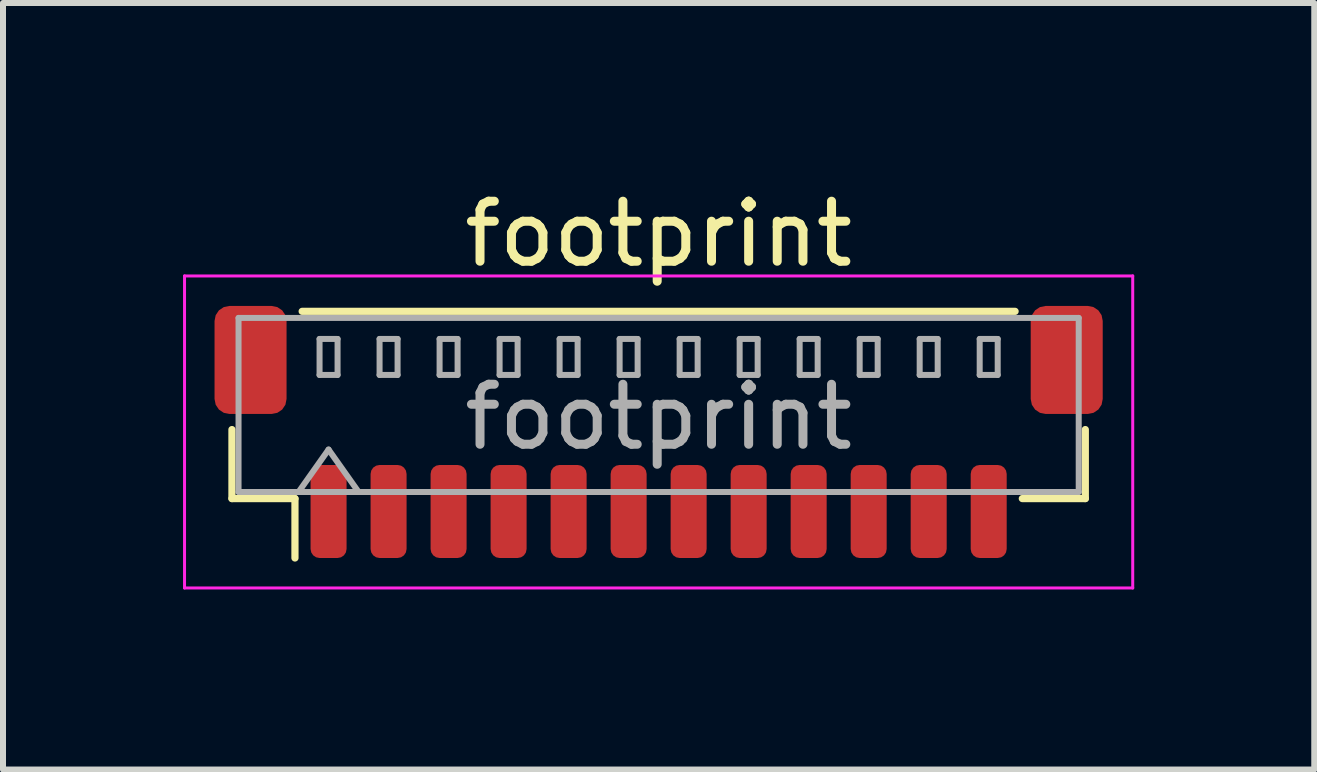
<source format=kicad_pcb>
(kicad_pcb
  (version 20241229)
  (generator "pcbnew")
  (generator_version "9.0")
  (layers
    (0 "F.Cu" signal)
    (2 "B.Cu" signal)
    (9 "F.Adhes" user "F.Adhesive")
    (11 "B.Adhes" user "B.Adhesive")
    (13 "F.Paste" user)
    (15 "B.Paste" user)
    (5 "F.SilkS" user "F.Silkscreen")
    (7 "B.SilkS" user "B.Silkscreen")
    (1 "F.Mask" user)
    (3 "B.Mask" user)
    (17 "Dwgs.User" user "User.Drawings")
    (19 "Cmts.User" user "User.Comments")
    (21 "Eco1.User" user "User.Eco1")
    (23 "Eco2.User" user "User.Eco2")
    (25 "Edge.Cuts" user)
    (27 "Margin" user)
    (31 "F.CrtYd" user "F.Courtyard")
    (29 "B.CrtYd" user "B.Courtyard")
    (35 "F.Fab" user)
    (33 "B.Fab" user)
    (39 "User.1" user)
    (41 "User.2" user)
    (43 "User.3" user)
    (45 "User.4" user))
  (footprint "footprint"
    (layer "F.Cu")
    (at 7.925 4.148)
    (property "Reference" "footprint" (at 0 -3.3 0) (layer "F.SilkS") (effects (font (size 1 1) (thickness 0.15))))
    (attr smd)
    (fp_line (start -7.11 -0.04) (end -7.11 1.11) (stroke (width 0.12) (type solid)) (layer "F.SilkS"))
    (fp_line (start -7.11 1.11) (end -6.06 1.11) (stroke (width 0.12) (type solid)) (layer "F.SilkS"))
    (fp_line (start -6.06 1.11) (end -6.06 2.1) (stroke (width 0.12) (type solid)) (layer "F.SilkS"))
    (fp_line (start -5.94 -2.01) (end 5.94 -2.01) (stroke (width 0.12) (type solid)) (layer "F.SilkS"))
    (fp_line (start 7.11 -0.04) (end 7.11 1.11) (stroke (width 0.12) (type solid)) (layer "F.SilkS"))
    (fp_line (start 7.11 1.11) (end 6.06 1.11) (stroke (width 0.12) (type solid)) (layer "F.SilkS"))
    (fp_line (start -7.9 -2.6) (end -7.9 2.6) (stroke (width 0.05) (type solid)) (layer "F.CrtYd"))
    (fp_line (start -7.9 2.6) (end 7.9 2.6) (stroke (width 0.05) (type solid)) (layer "F.CrtYd"))
    (fp_line (start 7.9 -2.6) (end -7.9 -2.6) (stroke (width 0.05) (type solid)) (layer "F.CrtYd"))
    (fp_line (start 7.9 2.6) (end 7.9 -2.6) (stroke (width 0.05) (type solid)) (layer "F.CrtYd"))
    (fp_line (start -7 -1.9) (end 7 -1.9) (stroke (width 0.1) (type solid)) (layer "F.Fab"))
    (fp_line (start -7 1) (end -7 -1.9) (stroke (width 0.1) (type solid)) (layer "F.Fab"))
    (fp_line (start -7 1) (end 7 1) (stroke (width 0.1) (type solid)) (layer "F.Fab"))
    (fp_line (start -6 1) (end -5.5 0.293) (stroke (width 0.1) (type solid)) (layer "F.Fab"))
    (fp_line (start -5.65 -1.55) (end -5.65 -0.95) (stroke (width 0.1) (type solid)) (layer "F.Fab"))
    (fp_line (start -5.65 -0.95) (end -5.35 -0.95) (stroke (width 0.1) (type solid)) (layer "F.Fab"))
    (fp_line (start -5.5 0.293) (end -5 1) (stroke (width 0.1) (type solid)) (layer "F.Fab"))
    (fp_line (start -5.35 -1.55) (end -5.65 -1.55) (stroke (width 0.1) (type solid)) (layer "F.Fab"))
    (fp_line (start -5.35 -0.95) (end -5.35 -1.55) (stroke (width 0.1) (type solid)) (layer "F.Fab"))
    (fp_line (start -4.65 -1.55) (end -4.65 -0.95) (stroke (width 0.1) (type solid)) (layer "F.Fab"))
    (fp_line (start -4.65 -0.95) (end -4.35 -0.95) (stroke (width 0.1) (type solid)) (layer "F.Fab"))
    (fp_line (start -4.35 -1.55) (end -4.65 -1.55) (stroke (width 0.1) (type solid)) (layer "F.Fab"))
    (fp_line (start -4.35 -0.95) (end -4.35 -1.55) (stroke (width 0.1) (type solid)) (layer "F.Fab"))
    (fp_line (start -3.65 -1.55) (end -3.65 -0.95) (stroke (width 0.1) (type solid)) (layer "F.Fab"))
    (fp_line (start -3.65 -0.95) (end -3.35 -0.95) (stroke (width 0.1) (type solid)) (layer "F.Fab"))
    (fp_line (start -3.35 -1.55) (end -3.65 -1.55) (stroke (width 0.1) (type solid)) (layer "F.Fab"))
    (fp_line (start -3.35 -0.95) (end -3.35 -1.55) (stroke (width 0.1) (type solid)) (layer "F.Fab"))
    (fp_line (start -2.65 -1.55) (end -2.65 -0.95) (stroke (width 0.1) (type solid)) (layer "F.Fab"))
    (fp_line (start -2.65 -0.95) (end -2.35 -0.95) (stroke (width 0.1) (type solid)) (layer "F.Fab"))
    (fp_line (start -2.35 -1.55) (end -2.65 -1.55) (stroke (width 0.1) (type solid)) (layer "F.Fab"))
    (fp_line (start -2.35 -0.95) (end -2.35 -1.55) (stroke (width 0.1) (type solid)) (layer "F.Fab"))
    (fp_line (start -1.65 -1.55) (end -1.65 -0.95) (stroke (width 0.1) (type solid)) (layer "F.Fab"))
    (fp_line (start -1.65 -0.95) (end -1.35 -0.95) (stroke (width 0.1) (type solid)) (layer "F.Fab"))
    (fp_line (start -1.35 -1.55) (end -1.65 -1.55) (stroke (width 0.1) (type solid)) (layer "F.Fab"))
    (fp_line (start -1.35 -0.95) (end -1.35 -1.55) (stroke (width 0.1) (type solid)) (layer "F.Fab"))
    (fp_line (start -0.65 -1.55) (end -0.65 -0.95) (stroke (width 0.1) (type solid)) (layer "F.Fab"))
    (fp_line (start -0.65 -0.95) (end -0.35 -0.95) (stroke (width 0.1) (type solid)) (layer "F.Fab"))
    (fp_line (start -0.35 -1.55) (end -0.65 -1.55) (stroke (width 0.1) (type solid)) (layer "F.Fab"))
    (fp_line (start -0.35 -0.95) (end -0.35 -1.55) (stroke (width 0.1) (type solid)) (layer "F.Fab"))
    (fp_line (start 0.35 -1.55) (end 0.35 -0.95) (stroke (width 0.1) (type solid)) (layer "F.Fab"))
    (fp_line (start 0.35 -0.95) (end 0.65 -0.95) (stroke (width 0.1) (type solid)) (layer "F.Fab"))
    (fp_line (start 0.65 -1.55) (end 0.35 -1.55) (stroke (width 0.1) (type solid)) (layer "F.Fab"))
    (fp_line (start 0.65 -0.95) (end 0.65 -1.55) (stroke (width 0.1) (type solid)) (layer "F.Fab"))
    (fp_line (start 1.35 -1.55) (end 1.35 -0.95) (stroke (width 0.1) (type solid)) (layer "F.Fab"))
    (fp_line (start 1.35 -0.95) (end 1.65 -0.95) (stroke (width 0.1) (type solid)) (layer "F.Fab"))
    (fp_line (start 1.65 -1.55) (end 1.35 -1.55) (stroke (width 0.1) (type solid)) (layer "F.Fab"))
    (fp_line (start 1.65 -0.95) (end 1.65 -1.55) (stroke (width 0.1) (type solid)) (layer "F.Fab"))
    (fp_line (start 2.35 -1.55) (end 2.35 -0.95) (stroke (width 0.1) (type solid)) (layer "F.Fab"))
    (fp_line (start 2.35 -0.95) (end 2.65 -0.95) (stroke (width 0.1) (type solid)) (layer "F.Fab"))
    (fp_line (start 2.65 -1.55) (end 2.35 -1.55) (stroke (width 0.1) (type solid)) (layer "F.Fab"))
    (fp_line (start 2.65 -0.95) (end 2.65 -1.55) (stroke (width 0.1) (type solid)) (layer "F.Fab"))
    (fp_line (start 3.35 -1.55) (end 3.35 -0.95) (stroke (width 0.1) (type solid)) (layer "F.Fab"))
    (fp_line (start 3.35 -0.95) (end 3.65 -0.95) (stroke (width 0.1) (type solid)) (layer "F.Fab"))
    (fp_line (start 3.65 -1.55) (end 3.35 -1.55) (stroke (width 0.1) (type solid)) (layer "F.Fab"))
    (fp_line (start 3.65 -0.95) (end 3.65 -1.55) (stroke (width 0.1) (type solid)) (layer "F.Fab"))
    (fp_line (start 4.35 -1.55) (end 4.35 -0.95) (stroke (width 0.1) (type solid)) (layer "F.Fab"))
    (fp_line (start 4.35 -0.95) (end 4.65 -0.95) (stroke (width 0.1) (type solid)) (layer "F.Fab"))
    (fp_line (start 4.65 -1.55) (end 4.35 -1.55) (stroke (width 0.1) (type solid)) (layer "F.Fab"))
    (fp_line (start 4.65 -0.95) (end 4.65 -1.55) (stroke (width 0.1) (type solid)) (layer "F.Fab"))
    (fp_line (start 5.35 -1.55) (end 5.35 -0.95) (stroke (width 0.1) (type solid)) (layer "F.Fab"))
    (fp_line (start 5.35 -0.95) (end 5.65 -0.95) (stroke (width 0.1) (type solid)) (layer "F.Fab"))
    (fp_line (start 5.65 -1.55) (end 5.35 -1.55) (stroke (width 0.1) (type solid)) (layer "F.Fab"))
    (fp_line (start 5.65 -0.95) (end 5.65 -1.55) (stroke (width 0.1) (type solid)) (layer "F.Fab"))
    (fp_line (start 7 1) (end 7 -1.9) (stroke (width 0.1) (type solid)) (layer "F.Fab"))
    (fp_text user "${REFERENCE}" (at 0 -0.25 0) (layer "F.Fab") (effects (font (size 1 1) (thickness 0.15))))
    (pad "1" smd roundrect (at -5.5 1.325) (size 0.6 1.55) (layers "F.Cu" "F.Mask" "F.Paste") (roundrect_rratio 0.25))
    (pad "2" smd roundrect (at -4.5 1.325) (size 0.6 1.55) (layers "F.Cu" "F.Mask" "F.Paste") (roundrect_rratio 0.25))
    (pad "3" smd roundrect (at -3.5 1.325) (size 0.6 1.55) (layers "F.Cu" "F.Mask" "F.Paste") (roundrect_rratio 0.25))
    (pad "4" smd roundrect (at -2.5 1.325) (size 0.6 1.55) (layers "F.Cu" "F.Mask" "F.Paste") (roundrect_rratio 0.25))
    (pad "5" smd roundrect (at -1.5 1.325) (size 0.6 1.55) (layers "F.Cu" "F.Mask" "F.Paste") (roundrect_rratio 0.25))
    (pad "6" smd roundrect (at -0.5 1.325) (size 0.6 1.55) (layers "F.Cu" "F.Mask" "F.Paste") (roundrect_rratio 0.25))
    (pad "7" smd roundrect (at 0.5 1.325) (size 0.6 1.55) (layers "F.Cu" "F.Mask" "F.Paste") (roundrect_rratio 0.25))
    (pad "8" smd roundrect (at 1.5 1.325) (size 0.6 1.55) (layers "F.Cu" "F.Mask" "F.Paste") (roundrect_rratio 0.25))
    (pad "9" smd roundrect (at 2.5 1.325) (size 0.6 1.55) (layers "F.Cu" "F.Mask" "F.Paste") (roundrect_rratio 0.25))
    (pad "10" smd roundrect (at 3.5 1.325) (size 0.6 1.55) (layers "F.Cu" "F.Mask" "F.Paste") (roundrect_rratio 0.25))
    (pad "11" smd roundrect (at 4.5 1.325) (size 0.6 1.55) (layers "F.Cu" "F.Mask" "F.Paste") (roundrect_rratio 0.25))
    (pad "12" smd roundrect (at 5.5 1.325) (size 0.6 1.55) (layers "F.Cu" "F.Mask" "F.Paste") (roundrect_rratio 0.25))
    (pad "MP" smd roundrect (at -6.8 -1.2) (size 1.2 1.8) (layers "F.Cu" "F.Mask" "F.Paste") (roundrect_rratio 0.208))
    (pad "MP" smd roundrect (at 6.8 -1.2) (size 1.2 1.8) (layers "F.Cu" "F.Mask" "F.Paste") (roundrect_rratio 0.208)))
  (gr_rect
    (start -3 -3)
    (end 18.85 9.773)
    (stroke (width 0.1) (type default))
    (fill no)
    (layer "Edge.Cuts")))
</source>
